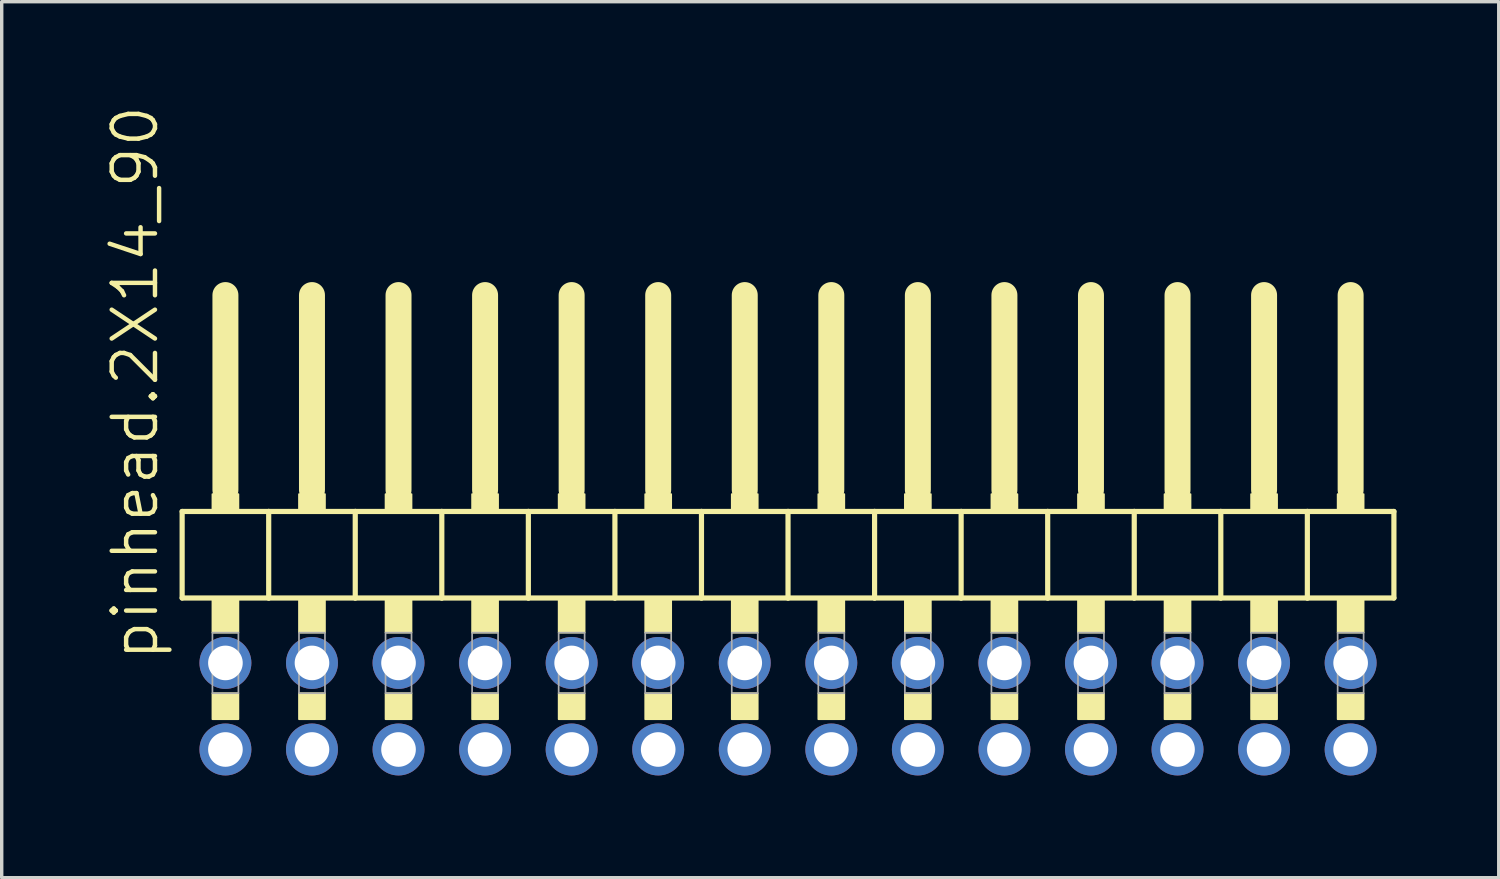
<source format=kicad_pcb>
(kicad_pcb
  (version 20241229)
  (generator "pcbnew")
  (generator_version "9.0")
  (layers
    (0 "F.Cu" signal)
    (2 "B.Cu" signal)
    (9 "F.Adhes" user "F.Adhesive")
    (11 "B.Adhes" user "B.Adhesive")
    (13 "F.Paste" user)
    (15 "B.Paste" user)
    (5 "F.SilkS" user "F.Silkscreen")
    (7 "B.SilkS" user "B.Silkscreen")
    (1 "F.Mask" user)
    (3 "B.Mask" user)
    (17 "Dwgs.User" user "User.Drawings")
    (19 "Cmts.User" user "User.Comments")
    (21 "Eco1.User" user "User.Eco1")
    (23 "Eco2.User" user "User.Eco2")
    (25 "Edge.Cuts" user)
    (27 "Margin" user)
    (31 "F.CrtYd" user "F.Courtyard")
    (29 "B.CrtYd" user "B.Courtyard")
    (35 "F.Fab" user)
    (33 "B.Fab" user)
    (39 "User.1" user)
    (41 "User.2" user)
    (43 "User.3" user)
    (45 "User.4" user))
  (footprint "pinhead.2X14_90"
    (layer "F.Cu")
    (at 20.075 12.594)
    (property "Reference" "pinhead.2X14_90" (at -18.415 3.81 90) (layer "F.SilkS") (effects (font (size 1.27 1.27) (thickness 0.13)) (justify left bottom)))
    (attr through_hole)
    (fp_line (start -17.78 -0.635) (end -17.78 1.905) (stroke (width 0.152) (type default)) (layer "F.SilkS"))
    (fp_line (start -17.78 1.905) (end -15.24 1.905) (stroke (width 0.152) (type default)) (layer "F.SilkS"))
    (fp_line (start -16.51 -6.985) (end -16.51 -1.27) (stroke (width 0.762) (type default)) (layer "F.SilkS"))
    (fp_line (start -15.24 -0.635) (end -17.78 -0.635) (stroke (width 0.152) (type default)) (layer "F.SilkS"))
    (fp_line (start -15.24 1.905) (end -15.24 -0.635) (stroke (width 0.152) (type default)) (layer "F.SilkS"))
    (fp_line (start -15.24 1.905) (end -12.7 1.905) (stroke (width 0.152) (type default)) (layer "F.SilkS"))
    (fp_line (start -13.97 -6.985) (end -13.97 -1.27) (stroke (width 0.762) (type default)) (layer "F.SilkS"))
    (fp_line (start -12.7 -0.635) (end -15.24 -0.635) (stroke (width 0.152) (type default)) (layer "F.SilkS"))
    (fp_line (start -12.7 1.905) (end -12.7 -0.635) (stroke (width 0.152) (type default)) (layer "F.SilkS"))
    (fp_line (start -12.7 1.905) (end -10.16 1.905) (stroke (width 0.152) (type default)) (layer "F.SilkS"))
    (fp_line (start -11.43 -6.985) (end -11.43 -1.27) (stroke (width 0.762) (type default)) (layer "F.SilkS"))
    (fp_line (start -10.16 -0.635) (end -12.7 -0.635) (stroke (width 0.152) (type default)) (layer "F.SilkS"))
    (fp_line (start -10.16 1.905) (end -10.16 -0.635) (stroke (width 0.152) (type default)) (layer "F.SilkS"))
    (fp_line (start -10.16 1.905) (end -7.62 1.905) (stroke (width 0.152) (type default)) (layer "F.SilkS"))
    (fp_line (start -8.89 -6.985) (end -8.89 -1.27) (stroke (width 0.762) (type default)) (layer "F.SilkS"))
    (fp_line (start -7.62 -0.635) (end -10.16 -0.635) (stroke (width 0.152) (type default)) (layer "F.SilkS"))
    (fp_line (start -7.62 1.905) (end -7.62 -0.635) (stroke (width 0.152) (type default)) (layer "F.SilkS"))
    (fp_line (start -7.62 1.905) (end -5.08 1.905) (stroke (width 0.152) (type default)) (layer "F.SilkS"))
    (fp_line (start -6.35 -6.985) (end -6.35 -1.27) (stroke (width 0.762) (type default)) (layer "F.SilkS"))
    (fp_line (start -5.08 -0.635) (end -7.62 -0.635) (stroke (width 0.152) (type default)) (layer "F.SilkS"))
    (fp_line (start -5.08 1.905) (end -5.08 -0.635) (stroke (width 0.152) (type default)) (layer "F.SilkS"))
    (fp_line (start -5.08 1.905) (end -2.54 1.905) (stroke (width 0.152) (type default)) (layer "F.SilkS"))
    (fp_line (start -3.81 -6.985) (end -3.81 -1.27) (stroke (width 0.762) (type default)) (layer "F.SilkS"))
    (fp_line (start -2.54 -0.635) (end -5.08 -0.635) (stroke (width 0.152) (type default)) (layer "F.SilkS"))
    (fp_line (start -2.54 1.905) (end -2.54 -0.635) (stroke (width 0.152) (type default)) (layer "F.SilkS"))
    (fp_line (start -2.54 1.905) (end 0 1.905) (stroke (width 0.152) (type default)) (layer "F.SilkS"))
    (fp_line (start -1.27 -6.985) (end -1.27 -1.27) (stroke (width 0.762) (type default)) (layer "F.SilkS"))
    (fp_line (start 0 -0.635) (end -2.54 -0.635) (stroke (width 0.152) (type default)) (layer "F.SilkS"))
    (fp_line (start 0 1.905) (end 0 -0.635) (stroke (width 0.152) (type default)) (layer "F.SilkS"))
    (fp_line (start 0 1.905) (end 2.54 1.905) (stroke (width 0.152) (type default)) (layer "F.SilkS"))
    (fp_line (start 1.27 -6.985) (end 1.27 -1.27) (stroke (width 0.762) (type default)) (layer "F.SilkS"))
    (fp_line (start 2.54 -0.635) (end 0 -0.635) (stroke (width 0.152) (type default)) (layer "F.SilkS"))
    (fp_line (start 2.54 1.905) (end 2.54 -0.635) (stroke (width 0.152) (type default)) (layer "F.SilkS"))
    (fp_line (start 2.54 1.905) (end 5.08 1.905) (stroke (width 0.152) (type default)) (layer "F.SilkS"))
    (fp_line (start 3.81 -6.985) (end 3.81 -1.27) (stroke (width 0.762) (type default)) (layer "F.SilkS"))
    (fp_line (start 5.08 -0.635) (end 2.54 -0.635) (stroke (width 0.152) (type default)) (layer "F.SilkS"))
    (fp_line (start 5.08 1.905) (end 5.08 -0.635) (stroke (width 0.152) (type default)) (layer "F.SilkS"))
    (fp_line (start 5.08 1.905) (end 7.62 1.905) (stroke (width 0.152) (type default)) (layer "F.SilkS"))
    (fp_line (start 6.35 -6.985) (end 6.35 -1.27) (stroke (width 0.762) (type default)) (layer "F.SilkS"))
    (fp_line (start 7.62 -0.635) (end 5.08 -0.635) (stroke (width 0.152) (type default)) (layer "F.SilkS"))
    (fp_line (start 7.62 1.905) (end 7.62 -0.635) (stroke (width 0.152) (type default)) (layer "F.SilkS"))
    (fp_line (start 7.62 1.905) (end 10.16 1.905) (stroke (width 0.152) (type default)) (layer "F.SilkS"))
    (fp_line (start 8.89 -6.985) (end 8.89 -1.27) (stroke (width 0.762) (type default)) (layer "F.SilkS"))
    (fp_line (start 10.16 -0.635) (end 7.62 -0.635) (stroke (width 0.152) (type default)) (layer "F.SilkS"))
    (fp_line (start 10.16 1.905) (end 10.16 -0.635) (stroke (width 0.152) (type default)) (layer "F.SilkS"))
    (fp_line (start 10.16 1.905) (end 12.7 1.905) (stroke (width 0.152) (type default)) (layer "F.SilkS"))
    (fp_line (start 11.43 -6.985) (end 11.43 -1.27) (stroke (width 0.762) (type default)) (layer "F.SilkS"))
    (fp_line (start 12.7 -0.635) (end 10.16 -0.635) (stroke (width 0.152) (type default)) (layer "F.SilkS"))
    (fp_line (start 12.7 1.905) (end 12.7 -0.635) (stroke (width 0.152) (type default)) (layer "F.SilkS"))
    (fp_line (start 12.7 1.905) (end 15.24 1.905) (stroke (width 0.152) (type default)) (layer "F.SilkS"))
    (fp_line (start 13.97 -6.985) (end 13.97 -1.27) (stroke (width 0.762) (type default)) (layer "F.SilkS"))
    (fp_line (start 15.24 -0.635) (end 12.7 -0.635) (stroke (width 0.152) (type default)) (layer "F.SilkS"))
    (fp_line (start 15.24 1.905) (end 15.24 -0.635) (stroke (width 0.152) (type default)) (layer "F.SilkS"))
    (fp_line (start 15.24 1.905) (end 17.78 1.905) (stroke (width 0.152) (type default)) (layer "F.SilkS"))
    (fp_line (start 16.51 -6.985) (end 16.51 -1.27) (stroke (width 0.762) (type default)) (layer "F.SilkS"))
    (fp_line (start 17.78 -0.635) (end 15.24 -0.635) (stroke (width 0.152) (type default)) (layer "F.SilkS"))
    (fp_line (start 17.78 1.905) (end 17.78 -0.635) (stroke (width 0.152) (type default)) (layer "F.SilkS"))
    (fp_rect (start -16.891 -0.635) (end -16.129 -1.143) (stroke (width 0.05) (type default)) (fill yes) (layer "F.SilkS"))
    (fp_rect (start -16.891 2.921) (end -16.129 1.905) (stroke (width 0.05) (type default)) (fill yes) (layer "F.SilkS"))
    (fp_rect (start -16.891 5.461) (end -16.129 4.699) (stroke (width 0.05) (type default)) (fill yes) (layer "F.SilkS"))
    (fp_rect (start -14.351 -0.635) (end -13.589 -1.143) (stroke (width 0.05) (type default)) (fill yes) (layer "F.SilkS"))
    (fp_rect (start -14.351 2.921) (end -13.589 1.905) (stroke (width 0.05) (type default)) (fill yes) (layer "F.SilkS"))
    (fp_rect (start -14.351 5.461) (end -13.589 4.699) (stroke (width 0.05) (type default)) (fill yes) (layer "F.SilkS"))
    (fp_rect (start -11.811 -0.635) (end -11.049 -1.143) (stroke (width 0.05) (type default)) (fill yes) (layer "F.SilkS"))
    (fp_rect (start -11.811 2.921) (end -11.049 1.905) (stroke (width 0.05) (type default)) (fill yes) (layer "F.SilkS"))
    (fp_rect (start -11.811 5.461) (end -11.049 4.699) (stroke (width 0.05) (type default)) (fill yes) (layer "F.SilkS"))
    (fp_rect (start -9.271 -0.635) (end -8.509 -1.143) (stroke (width 0.05) (type default)) (fill yes) (layer "F.SilkS"))
    (fp_rect (start -9.271 2.921) (end -8.509 1.905) (stroke (width 0.05) (type default)) (fill yes) (layer "F.SilkS"))
    (fp_rect (start -9.271 5.461) (end -8.509 4.699) (stroke (width 0.05) (type default)) (fill yes) (layer "F.SilkS"))
    (fp_rect (start -6.731 -0.635) (end -5.969 -1.143) (stroke (width 0.05) (type default)) (fill yes) (layer "F.SilkS"))
    (fp_rect (start -6.731 2.921) (end -5.969 1.905) (stroke (width 0.05) (type default)) (fill yes) (layer "F.SilkS"))
    (fp_rect (start -6.731 5.461) (end -5.969 4.699) (stroke (width 0.05) (type default)) (fill yes) (layer "F.SilkS"))
    (fp_rect (start -4.191 -0.635) (end -3.429 -1.143) (stroke (width 0.05) (type default)) (fill yes) (layer "F.SilkS"))
    (fp_rect (start -4.191 2.921) (end -3.429 1.905) (stroke (width 0.05) (type default)) (fill yes) (layer "F.SilkS"))
    (fp_rect (start -4.191 5.461) (end -3.429 4.699) (stroke (width 0.05) (type default)) (fill yes) (layer "F.SilkS"))
    (fp_rect (start -1.651 -0.635) (end -0.889 -1.143) (stroke (width 0.05) (type default)) (fill yes) (layer "F.SilkS"))
    (fp_rect (start -1.651 2.921) (end -0.889 1.905) (stroke (width 0.05) (type default)) (fill yes) (layer "F.SilkS"))
    (fp_rect (start -1.651 5.461) (end -0.889 4.699) (stroke (width 0.05) (type default)) (fill yes) (layer "F.SilkS"))
    (fp_rect (start 0.889 -0.635) (end 1.651 -1.143) (stroke (width 0.05) (type default)) (fill yes) (layer "F.SilkS"))
    (fp_rect (start 0.889 2.921) (end 1.651 1.905) (stroke (width 0.05) (type default)) (fill yes) (layer "F.SilkS"))
    (fp_rect (start 0.889 5.461) (end 1.651 4.699) (stroke (width 0.05) (type default)) (fill yes) (layer "F.SilkS"))
    (fp_rect (start 3.429 -0.635) (end 4.191 -1.143) (stroke (width 0.05) (type default)) (fill yes) (layer "F.SilkS"))
    (fp_rect (start 3.429 2.921) (end 4.191 1.905) (stroke (width 0.05) (type default)) (fill yes) (layer "F.SilkS"))
    (fp_rect (start 3.429 5.461) (end 4.191 4.699) (stroke (width 0.05) (type default)) (fill yes) (layer "F.SilkS"))
    (fp_rect (start 5.969 -0.635) (end 6.731 -1.143) (stroke (width 0.05) (type default)) (fill yes) (layer "F.SilkS"))
    (fp_rect (start 5.969 2.921) (end 6.731 1.905) (stroke (width 0.05) (type default)) (fill yes) (layer "F.SilkS"))
    (fp_rect (start 5.969 5.461) (end 6.731 4.699) (stroke (width 0.05) (type default)) (fill yes) (layer "F.SilkS"))
    (fp_rect (start 8.509 -0.635) (end 9.271 -1.143) (stroke (width 0.05) (type default)) (fill yes) (layer "F.SilkS"))
    (fp_rect (start 8.509 2.921) (end 9.271 1.905) (stroke (width 0.05) (type default)) (fill yes) (layer "F.SilkS"))
    (fp_rect (start 8.509 5.461) (end 9.271 4.699) (stroke (width 0.05) (type default)) (fill yes) (layer "F.SilkS"))
    (fp_rect (start 11.049 -0.635) (end 11.811 -1.143) (stroke (width 0.05) (type default)) (fill yes) (layer "F.SilkS"))
    (fp_rect (start 11.049 2.921) (end 11.811 1.905) (stroke (width 0.05) (type default)) (fill yes) (layer "F.SilkS"))
    (fp_rect (start 11.049 5.461) (end 11.811 4.699) (stroke (width 0.05) (type default)) (fill yes) (layer "F.SilkS"))
    (fp_rect (start 13.589 -0.635) (end 14.351 -1.143) (stroke (width 0.05) (type default)) (fill yes) (layer "F.SilkS"))
    (fp_rect (start 13.589 2.921) (end 14.351 1.905) (stroke (width 0.05) (type default)) (fill yes) (layer "F.SilkS"))
    (fp_rect (start 13.589 5.461) (end 14.351 4.699) (stroke (width 0.05) (type default)) (fill yes) (layer "F.SilkS"))
    (fp_rect (start 16.129 -0.635) (end 16.891 -1.143) (stroke (width 0.05) (type default)) (fill yes) (layer "F.SilkS"))
    (fp_rect (start 16.129 2.921) (end 16.891 1.905) (stroke (width 0.05) (type default)) (fill yes) (layer "F.SilkS"))
    (fp_rect (start 16.129 5.461) (end 16.891 4.699) (stroke (width 0.05) (type default)) (fill yes) (layer "F.SilkS"))
    (fp_rect (start -16.891 4.699) (end -16.129 2.921) (stroke (width 0.05) (type default)) (fill no) (layer "F.Fab"))
    (fp_rect (start -14.351 4.699) (end -13.589 2.921) (stroke (width 0.05) (type default)) (fill no) (layer "F.Fab"))
    (fp_rect (start -11.811 4.699) (end -11.049 2.921) (stroke (width 0.05) (type default)) (fill no) (layer "F.Fab"))
    (fp_rect (start -9.271 4.699) (end -8.509 2.921) (stroke (width 0.05) (type default)) (fill no) (layer "F.Fab"))
    (fp_rect (start -6.731 4.699) (end -5.969 2.921) (stroke (width 0.05) (type default)) (fill no) (layer "F.Fab"))
    (fp_rect (start -4.191 4.699) (end -3.429 2.921) (stroke (width 0.05) (type default)) (fill no) (layer "F.Fab"))
    (fp_rect (start -1.651 4.699) (end -0.889 2.921) (stroke (width 0.05) (type default)) (fill no) (layer "F.Fab"))
    (fp_rect (start 0.889 4.699) (end 1.651 2.921) (stroke (width 0.05) (type default)) (fill no) (layer "F.Fab"))
    (fp_rect (start 3.429 4.699) (end 4.191 2.921) (stroke (width 0.05) (type default)) (fill no) (layer "F.Fab"))
    (fp_rect (start 5.969 4.699) (end 6.731 2.921) (stroke (width 0.05) (type default)) (fill no) (layer "F.Fab"))
    (fp_rect (start 8.509 4.699) (end 9.271 2.921) (stroke (width 0.05) (type default)) (fill no) (layer "F.Fab"))
    (fp_rect (start 11.049 4.699) (end 11.811 2.921) (stroke (width 0.05) (type default)) (fill no) (layer "F.Fab"))
    (fp_rect (start 13.589 4.699) (end 14.351 2.921) (stroke (width 0.05) (type default)) (fill no) (layer "F.Fab"))
    (fp_rect (start 16.129 4.699) (end 16.891 2.921) (stroke (width 0.05) (type default)) (fill no) (layer "F.Fab"))
    (pad "1" thru_hole circle (at -16.51 6.35) (size 1.524 1.524) (drill 1.016) (layers "*.Cu" "*.Mask"))
    (pad "2" thru_hole circle (at -16.51 3.81) (size 1.524 1.524) (drill 1.016) (layers "*.Cu" "*.Mask"))
    (pad "3" thru_hole circle (at -13.97 6.35) (size 1.524 1.524) (drill 1.016) (layers "*.Cu" "*.Mask"))
    (pad "4" thru_hole circle (at -13.97 3.81) (size 1.524 1.524) (drill 1.016) (layers "*.Cu" "*.Mask"))
    (pad "5" thru_hole circle (at -11.43 6.35) (size 1.524 1.524) (drill 1.016) (layers "*.Cu" "*.Mask"))
    (pad "6" thru_hole circle (at -11.43 3.81) (size 1.524 1.524) (drill 1.016) (layers "*.Cu" "*.Mask"))
    (pad "7" thru_hole circle (at -8.89 6.35) (size 1.524 1.524) (drill 1.016) (layers "*.Cu" "*.Mask"))
    (pad "8" thru_hole circle (at -8.89 3.81) (size 1.524 1.524) (drill 1.016) (layers "*.Cu" "*.Mask"))
    (pad "9" thru_hole circle (at -6.35 6.35) (size 1.524 1.524) (drill 1.016) (layers "*.Cu" "*.Mask"))
    (pad "10" thru_hole circle (at -6.35 3.81) (size 1.524 1.524) (drill 1.016) (layers "*.Cu" "*.Mask"))
    (pad "11" thru_hole circle (at -3.81 6.35) (size 1.524 1.524) (drill 1.016) (layers "*.Cu" "*.Mask"))
    (pad "12" thru_hole circle (at -3.81 3.81) (size 1.524 1.524) (drill 1.016) (layers "*.Cu" "*.Mask"))
    (pad "13" thru_hole circle (at -1.27 6.35) (size 1.524 1.524) (drill 1.016) (layers "*.Cu" "*.Mask"))
    (pad "14" thru_hole circle (at -1.27 3.81) (size 1.524 1.524) (drill 1.016) (layers "*.Cu" "*.Mask"))
    (pad "15" thru_hole circle (at 1.27 6.35) (size 1.524 1.524) (drill 1.016) (layers "*.Cu" "*.Mask"))
    (pad "16" thru_hole circle (at 1.27 3.81) (size 1.524 1.524) (drill 1.016) (layers "*.Cu" "*.Mask"))
    (pad "17" thru_hole circle (at 3.81 6.35) (size 1.524 1.524) (drill 1.016) (layers "*.Cu" "*.Mask"))
    (pad "18" thru_hole circle (at 3.81 3.81) (size 1.524 1.524) (drill 1.016) (layers "*.Cu" "*.Mask"))
    (pad "19" thru_hole circle (at 6.35 6.35) (size 1.524 1.524) (drill 1.016) (layers "*.Cu" "*.Mask"))
    (pad "20" thru_hole circle (at 6.35 3.81) (size 1.524 1.524) (drill 1.016) (layers "*.Cu" "*.Mask"))
    (pad "21" thru_hole circle (at 8.89 6.35) (size 1.524 1.524) (drill 1.016) (layers "*.Cu" "*.Mask"))
    (pad "22" thru_hole circle (at 8.89 3.81) (size 1.524 1.524) (drill 1.016) (layers "*.Cu" "*.Mask"))
    (pad "23" thru_hole circle (at 11.43 6.35) (size 1.524 1.524) (drill 1.016) (layers "*.Cu" "*.Mask"))
    (pad "24" thru_hole circle (at 11.43 3.81) (size 1.524 1.524) (drill 1.016) (layers "*.Cu" "*.Mask"))
    (pad "25" thru_hole circle (at 13.97 6.35) (size 1.524 1.524) (drill 1.016) (layers "*.Cu" "*.Mask"))
    (pad "26" thru_hole circle (at 13.97 3.81) (size 1.524 1.524) (drill 1.016) (layers "*.Cu" "*.Mask"))
    (pad "27" thru_hole circle (at 16.51 6.35) (size 1.524 1.524) (drill 1.016) (layers "*.Cu" "*.Mask"))
    (pad "28" thru_hole circle (at 16.51 3.81) (size 1.524 1.524) (drill 1.016) (layers "*.Cu" "*.Mask")))
  (gr_rect
    (start -3 -3)
    (end 40.931 22.706)
    (stroke (width 0.1) (type default))
    (fill no)
    (layer "Edge.Cuts")))
</source>
